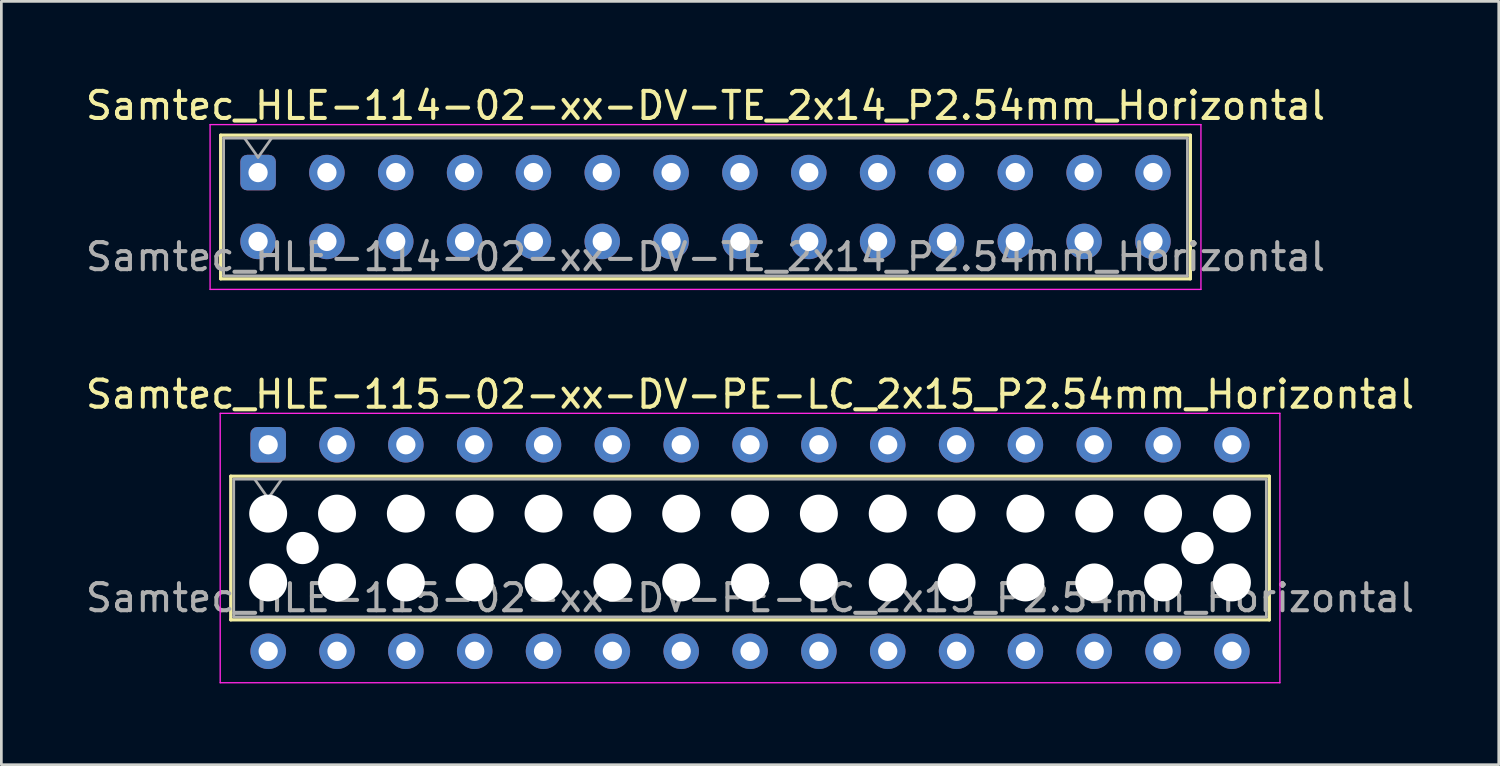
<source format=kicad_pcb>
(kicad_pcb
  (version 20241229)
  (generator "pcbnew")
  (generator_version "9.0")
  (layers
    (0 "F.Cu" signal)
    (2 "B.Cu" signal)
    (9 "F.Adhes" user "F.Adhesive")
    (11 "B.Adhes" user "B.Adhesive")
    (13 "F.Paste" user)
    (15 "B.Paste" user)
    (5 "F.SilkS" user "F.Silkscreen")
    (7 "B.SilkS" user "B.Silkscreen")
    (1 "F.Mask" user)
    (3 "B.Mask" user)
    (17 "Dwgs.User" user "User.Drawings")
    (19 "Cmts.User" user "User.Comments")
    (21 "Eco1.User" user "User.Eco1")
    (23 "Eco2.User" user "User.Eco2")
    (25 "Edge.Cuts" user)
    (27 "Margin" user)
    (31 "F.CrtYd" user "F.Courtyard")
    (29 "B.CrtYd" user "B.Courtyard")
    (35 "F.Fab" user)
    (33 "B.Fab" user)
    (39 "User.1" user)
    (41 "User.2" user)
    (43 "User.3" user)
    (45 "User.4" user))
  (footprint "Samtec_HLE-114-02-xx-DV-TE_2x14_P2.54mm_Horizontal"
    (layer "F.Cu")
    (at 6.472 3.318)
    (property "Reference" "Samtec_HLE-114-02-xx-DV-TE_2x14_P2.54mm_Horizontal" (at 16.51 -2.47 0) (layer "F.SilkS") (effects (font (size 1 1) (thickness 0.15))))
    (attr through_hole)
    (fp_line (start -1.38 -1.38) (end 34.4 -1.38) (stroke (width 0.12) (type solid)) (layer "F.SilkS"))
    (fp_line (start -1.38 3.92) (end -1.38 -1.38) (stroke (width 0.12) (type solid)) (layer "F.SilkS"))
    (fp_line (start 34.4 -1.38) (end 34.4 3.92) (stroke (width 0.12) (type solid)) (layer "F.SilkS"))
    (fp_line (start 34.4 3.92) (end -1.38 3.92) (stroke (width 0.12) (type solid)) (layer "F.SilkS"))
    (fp_line (start -1.77 -1.77) (end 34.79 -1.77) (stroke (width 0.05) (type solid)) (layer "F.CrtYd"))
    (fp_line (start -1.77 4.31) (end -1.77 -1.77) (stroke (width 0.05) (type solid)) (layer "F.CrtYd"))
    (fp_line (start 34.79 -1.77) (end 34.79 4.31) (stroke (width 0.05) (type solid)) (layer "F.CrtYd"))
    (fp_line (start 34.79 4.31) (end -1.77 4.31) (stroke (width 0.05) (type solid)) (layer "F.CrtYd"))
    (fp_line (start -1.27 -1.27) (end 34.29 -1.27) (stroke (width 0.1) (type solid)) (layer "F.Fab"))
    (fp_line (start -1.27 3.81) (end -1.27 -1.27) (stroke (width 0.1) (type solid)) (layer "F.Fab"))
    (fp_line (start -0.5 -1.27) (end 0 -0.563) (stroke (width 0.1) (type solid)) (layer "F.Fab"))
    (fp_line (start 0 -0.563) (end 0.5 -1.27) (stroke (width 0.1) (type solid)) (layer "F.Fab"))
    (fp_line (start 34.29 -1.27) (end 34.29 3.81) (stroke (width 0.1) (type solid)) (layer "F.Fab"))
    (fp_line (start 34.29 3.81) (end -1.27 3.81) (stroke (width 0.1) (type solid)) (layer "F.Fab"))
    (fp_text user "${REFERENCE}" (at 16.51 3.11 0) (layer "F.Fab") (effects (font (size 1 1) (thickness 0.15))))
    (pad "1" thru_hole roundrect (at 0 0) (size 1.31 1.31) (drill 0.71) (layers "*.Cu" "*.Mask") (roundrect_rratio 0.191))
    (pad "2" thru_hole circle (at 0 2.54) (size 1.31 1.31) (drill 0.71) (layers "*.Cu" "*.Mask"))
    (pad "3" thru_hole circle (at 2.54 0) (size 1.31 1.31) (drill 0.71) (layers "*.Cu" "*.Mask"))
    (pad "4" thru_hole circle (at 2.54 2.54) (size 1.31 1.31) (drill 0.71) (layers "*.Cu" "*.Mask"))
    (pad "5" thru_hole circle (at 5.08 0) (size 1.31 1.31) (drill 0.71) (layers "*.Cu" "*.Mask"))
    (pad "6" thru_hole circle (at 5.08 2.54) (size 1.31 1.31) (drill 0.71) (layers "*.Cu" "*.Mask"))
    (pad "7" thru_hole circle (at 7.62 0) (size 1.31 1.31) (drill 0.71) (layers "*.Cu" "*.Mask"))
    (pad "8" thru_hole circle (at 7.62 2.54) (size 1.31 1.31) (drill 0.71) (layers "*.Cu" "*.Mask"))
    (pad "9" thru_hole circle (at 10.16 0) (size 1.31 1.31) (drill 0.71) (layers "*.Cu" "*.Mask"))
    (pad "10" thru_hole circle (at 10.16 2.54) (size 1.31 1.31) (drill 0.71) (layers "*.Cu" "*.Mask"))
    (pad "11" thru_hole circle (at 12.7 0) (size 1.31 1.31) (drill 0.71) (layers "*.Cu" "*.Mask"))
    (pad "12" thru_hole circle (at 12.7 2.54) (size 1.31 1.31) (drill 0.71) (layers "*.Cu" "*.Mask"))
    (pad "13" thru_hole circle (at 15.24 0) (size 1.31 1.31) (drill 0.71) (layers "*.Cu" "*.Mask"))
    (pad "14" thru_hole circle (at 15.24 2.54) (size 1.31 1.31) (drill 0.71) (layers "*.Cu" "*.Mask"))
    (pad "15" thru_hole circle (at 17.78 0) (size 1.31 1.31) (drill 0.71) (layers "*.Cu" "*.Mask"))
    (pad "16" thru_hole circle (at 17.78 2.54) (size 1.31 1.31) (drill 0.71) (layers "*.Cu" "*.Mask"))
    (pad "17" thru_hole circle (at 20.32 0) (size 1.31 1.31) (drill 0.71) (layers "*.Cu" "*.Mask"))
    (pad "18" thru_hole circle (at 20.32 2.54) (size 1.31 1.31) (drill 0.71) (layers "*.Cu" "*.Mask"))
    (pad "19" thru_hole circle (at 22.86 0) (size 1.31 1.31) (drill 0.71) (layers "*.Cu" "*.Mask"))
    (pad "20" thru_hole circle (at 22.86 2.54) (size 1.31 1.31) (drill 0.71) (layers "*.Cu" "*.Mask"))
    (pad "21" thru_hole circle (at 25.4 0) (size 1.31 1.31) (drill 0.71) (layers "*.Cu" "*.Mask"))
    (pad "22" thru_hole circle (at 25.4 2.54) (size 1.31 1.31) (drill 0.71) (layers "*.Cu" "*.Mask"))
    (pad "23" thru_hole circle (at 27.94 0) (size 1.31 1.31) (drill 0.71) (layers "*.Cu" "*.Mask"))
    (pad "24" thru_hole circle (at 27.94 2.54) (size 1.31 1.31) (drill 0.71) (layers "*.Cu" "*.Mask"))
    (pad "25" thru_hole circle (at 30.48 0) (size 1.31 1.31) (drill 0.71) (layers "*.Cu" "*.Mask"))
    (pad "26" thru_hole circle (at 30.48 2.54) (size 1.31 1.31) (drill 0.71) (layers "*.Cu" "*.Mask"))
    (pad "27" thru_hole circle (at 33.02 0) (size 1.31 1.31) (drill 0.71) (layers "*.Cu" "*.Mask"))
    (pad "28" thru_hole circle (at 33.02 2.54) (size 1.31 1.31) (drill 0.71) (layers "*.Cu" "*.Mask")))
  (footprint "Samtec_HLE-115-02-xx-DV-PE-LC_2x15_P2.54mm_Horizontal"
    (layer "F.Cu")
    (at 6.845 13.361)
    (property "Reference" "Samtec_HLE-115-02-xx-DV-PE-LC_2x15_P2.54mm_Horizontal" (at 17.78 -1.86 0) (layer "F.SilkS") (effects (font (size 1 1) (thickness 0.15))))
    (attr through_hole)
    (fp_line (start -1.38 1.16) (end 36.94 1.16) (stroke (width 0.12) (type solid)) (layer "F.SilkS"))
    (fp_line (start -1.38 6.46) (end -1.38 1.16) (stroke (width 0.12) (type solid)) (layer "F.SilkS"))
    (fp_line (start 36.94 1.16) (end 36.94 6.46) (stroke (width 0.12) (type solid)) (layer "F.SilkS"))
    (fp_line (start 36.94 6.46) (end -1.38 6.46) (stroke (width 0.12) (type solid)) (layer "F.SilkS"))
    (fp_line (start -1.77 -1.16) (end 37.33 -1.16) (stroke (width 0.05) (type solid)) (layer "F.CrtYd"))
    (fp_line (start -1.77 8.78) (end -1.77 -1.16) (stroke (width 0.05) (type solid)) (layer "F.CrtYd"))
    (fp_line (start 37.33 -1.16) (end 37.33 8.78) (stroke (width 0.05) (type solid)) (layer "F.CrtYd"))
    (fp_line (start 37.33 8.78) (end -1.77 8.78) (stroke (width 0.05) (type solid)) (layer "F.CrtYd"))
    (fp_line (start -1.27 1.27) (end 36.83 1.27) (stroke (width 0.1) (type solid)) (layer "F.Fab"))
    (fp_line (start -1.27 6.35) (end -1.27 1.27) (stroke (width 0.1) (type solid)) (layer "F.Fab"))
    (fp_line (start -0.5 1.27) (end 0 1.977) (stroke (width 0.1) (type solid)) (layer "F.Fab"))
    (fp_line (start 0 1.977) (end 0.5 1.27) (stroke (width 0.1) (type solid)) (layer "F.Fab"))
    (fp_line (start 36.83 1.27) (end 36.83 6.35) (stroke (width 0.1) (type solid)) (layer "F.Fab"))
    (fp_line (start 36.83 6.35) (end -1.27 6.35) (stroke (width 0.1) (type solid)) (layer "F.Fab"))
    (fp_text user "${REFERENCE}" (at 17.78 5.65 0) (layer "F.Fab") (effects (font (size 1 1) (thickness 0.15))))
    (pad "" np_thru_hole circle (at 0 2.54) (size 1.4 1.4) (drill 1.4) (layers "*.Cu" "*.Mask"))
    (pad "" np_thru_hole circle (at 0 5.08) (size 1.4 1.4) (drill 1.4) (layers "*.Cu" "*.Mask"))
    (pad "" np_thru_hole circle (at 1.27 3.81) (size 1.19 1.19) (drill 1.19) (layers "*.Cu" "*.Mask"))
    (pad "" np_thru_hole circle (at 2.54 2.54) (size 1.4 1.4) (drill 1.4) (layers "*.Cu" "*.Mask"))
    (pad "" np_thru_hole circle (at 2.54 5.08) (size 1.4 1.4) (drill 1.4) (layers "*.Cu" "*.Mask"))
    (pad "" np_thru_hole circle (at 5.08 2.54) (size 1.4 1.4) (drill 1.4) (layers "*.Cu" "*.Mask"))
    (pad "" np_thru_hole circle (at 5.08 5.08) (size 1.4 1.4) (drill 1.4) (layers "*.Cu" "*.Mask"))
    (pad "" np_thru_hole circle (at 7.62 2.54) (size 1.4 1.4) (drill 1.4) (layers "*.Cu" "*.Mask"))
    (pad "" np_thru_hole circle (at 7.62 5.08) (size 1.4 1.4) (drill 1.4) (layers "*.Cu" "*.Mask"))
    (pad "" np_thru_hole circle (at 10.16 2.54) (size 1.4 1.4) (drill 1.4) (layers "*.Cu" "*.Mask"))
    (pad "" np_thru_hole circle (at 10.16 5.08) (size 1.4 1.4) (drill 1.4) (layers "*.Cu" "*.Mask"))
    (pad "" np_thru_hole circle (at 12.7 2.54) (size 1.4 1.4) (drill 1.4) (layers "*.Cu" "*.Mask"))
    (pad "" np_thru_hole circle (at 12.7 5.08) (size 1.4 1.4) (drill 1.4) (layers "*.Cu" "*.Mask"))
    (pad "" np_thru_hole circle (at 15.24 2.54) (size 1.4 1.4) (drill 1.4) (layers "*.Cu" "*.Mask"))
    (pad "" np_thru_hole circle (at 15.24 5.08) (size 1.4 1.4) (drill 1.4) (layers "*.Cu" "*.Mask"))
    (pad "" np_thru_hole circle (at 17.78 2.54) (size 1.4 1.4) (drill 1.4) (layers "*.Cu" "*.Mask"))
    (pad "" np_thru_hole circle (at 17.78 5.08) (size 1.4 1.4) (drill 1.4) (layers "*.Cu" "*.Mask"))
    (pad "" np_thru_hole circle (at 20.32 2.54) (size 1.4 1.4) (drill 1.4) (layers "*.Cu" "*.Mask"))
    (pad "" np_thru_hole circle (at 20.32 5.08) (size 1.4 1.4) (drill 1.4) (layers "*.Cu" "*.Mask"))
    (pad "" np_thru_hole circle (at 22.86 2.54) (size 1.4 1.4) (drill 1.4) (layers "*.Cu" "*.Mask"))
    (pad "" np_thru_hole circle (at 22.86 5.08) (size 1.4 1.4) (drill 1.4) (layers "*.Cu" "*.Mask"))
    (pad "" np_thru_hole circle (at 25.4 2.54) (size 1.4 1.4) (drill 1.4) (layers "*.Cu" "*.Mask"))
    (pad "" np_thru_hole circle (at 25.4 5.08) (size 1.4 1.4) (drill 1.4) (layers "*.Cu" "*.Mask"))
    (pad "" np_thru_hole circle (at 27.94 2.54) (size 1.4 1.4) (drill 1.4) (layers "*.Cu" "*.Mask"))
    (pad "" np_thru_hole circle (at 27.94 5.08) (size 1.4 1.4) (drill 1.4) (layers "*.Cu" "*.Mask"))
    (pad "" np_thru_hole circle (at 30.48 2.54) (size 1.4 1.4) (drill 1.4) (layers "*.Cu" "*.Mask"))
    (pad "" np_thru_hole circle (at 30.48 5.08) (size 1.4 1.4) (drill 1.4) (layers "*.Cu" "*.Mask"))
    (pad "" np_thru_hole circle (at 33.02 2.54) (size 1.4 1.4) (drill 1.4) (layers "*.Cu" "*.Mask"))
    (pad "" np_thru_hole circle (at 33.02 5.08) (size 1.4 1.4) (drill 1.4) (layers "*.Cu" "*.Mask"))
    (pad "" np_thru_hole circle (at 34.29 3.81) (size 1.19 1.19) (drill 1.19) (layers "*.Cu" "*.Mask"))
    (pad "" np_thru_hole circle (at 35.56 2.54) (size 1.4 1.4) (drill 1.4) (layers "*.Cu" "*.Mask"))
    (pad "" np_thru_hole circle (at 35.56 5.08) (size 1.4 1.4) (drill 1.4) (layers "*.Cu" "*.Mask"))
    (pad "1" thru_hole roundrect (at 0 0) (size 1.31 1.31) (drill 0.71) (layers "*.Cu" "*.Mask") (roundrect_rratio 0.191))
    (pad "2" thru_hole circle (at 0 7.62) (size 1.31 1.31) (drill 0.71) (layers "*.Cu" "*.Mask"))
    (pad "3" thru_hole circle (at 2.54 0) (size 1.31 1.31) (drill 0.71) (layers "*.Cu" "*.Mask"))
    (pad "4" thru_hole circle (at 2.54 7.62) (size 1.31 1.31) (drill 0.71) (layers "*.Cu" "*.Mask"))
    (pad "5" thru_hole circle (at 5.08 0) (size 1.31 1.31) (drill 0.71) (layers "*.Cu" "*.Mask"))
    (pad "6" thru_hole circle (at 5.08 7.62) (size 1.31 1.31) (drill 0.71) (layers "*.Cu" "*.Mask"))
    (pad "7" thru_hole circle (at 7.62 0) (size 1.31 1.31) (drill 0.71) (layers "*.Cu" "*.Mask"))
    (pad "8" thru_hole circle (at 7.62 7.62) (size 1.31 1.31) (drill 0.71) (layers "*.Cu" "*.Mask"))
    (pad "9" thru_hole circle (at 10.16 0) (size 1.31 1.31) (drill 0.71) (layers "*.Cu" "*.Mask"))
    (pad "10" thru_hole circle (at 10.16 7.62) (size 1.31 1.31) (drill 0.71) (layers "*.Cu" "*.Mask"))
    (pad "11" thru_hole circle (at 12.7 0) (size 1.31 1.31) (drill 0.71) (layers "*.Cu" "*.Mask"))
    (pad "12" thru_hole circle (at 12.7 7.62) (size 1.31 1.31) (drill 0.71) (layers "*.Cu" "*.Mask"))
    (pad "13" thru_hole circle (at 15.24 0) (size 1.31 1.31) (drill 0.71) (layers "*.Cu" "*.Mask"))
    (pad "14" thru_hole circle (at 15.24 7.62) (size 1.31 1.31) (drill 0.71) (layers "*.Cu" "*.Mask"))
    (pad "15" thru_hole circle (at 17.78 0) (size 1.31 1.31) (drill 0.71) (layers "*.Cu" "*.Mask"))
    (pad "16" thru_hole circle (at 17.78 7.62) (size 1.31 1.31) (drill 0.71) (layers "*.Cu" "*.Mask"))
    (pad "17" thru_hole circle (at 20.32 0) (size 1.31 1.31) (drill 0.71) (layers "*.Cu" "*.Mask"))
    (pad "18" thru_hole circle (at 20.32 7.62) (size 1.31 1.31) (drill 0.71) (layers "*.Cu" "*.Mask"))
    (pad "19" thru_hole circle (at 22.86 0) (size 1.31 1.31) (drill 0.71) (layers "*.Cu" "*.Mask"))
    (pad "20" thru_hole circle (at 22.86 7.62) (size 1.31 1.31) (drill 0.71) (layers "*.Cu" "*.Mask"))
    (pad "21" thru_hole circle (at 25.4 0) (size 1.31 1.31) (drill 0.71) (layers "*.Cu" "*.Mask"))
    (pad "22" thru_hole circle (at 25.4 7.62) (size 1.31 1.31) (drill 0.71) (layers "*.Cu" "*.Mask"))
    (pad "23" thru_hole circle (at 27.94 0) (size 1.31 1.31) (drill 0.71) (layers "*.Cu" "*.Mask"))
    (pad "24" thru_hole circle (at 27.94 7.62) (size 1.31 1.31) (drill 0.71) (layers "*.Cu" "*.Mask"))
    (pad "25" thru_hole circle (at 30.48 0) (size 1.31 1.31) (drill 0.71) (layers "*.Cu" "*.Mask"))
    (pad "26" thru_hole circle (at 30.48 7.62) (size 1.31 1.31) (drill 0.71) (layers "*.Cu" "*.Mask"))
    (pad "27" thru_hole circle (at 33.02 0) (size 1.31 1.31) (drill 0.71) (layers "*.Cu" "*.Mask"))
    (pad "28" thru_hole circle (at 33.02 7.62) (size 1.31 1.31) (drill 0.71) (layers "*.Cu" "*.Mask"))
    (pad "29" thru_hole circle (at 35.56 0) (size 1.31 1.31) (drill 0.71) (layers "*.Cu" "*.Mask"))
    (pad "30" thru_hole circle (at 35.56 7.62) (size 1.31 1.31) (drill 0.71) (layers "*.Cu" "*.Mask")))
  (gr_rect
    (start -3 -3)
    (end 52.25 25.166)
    (stroke (width 0.1) (type default))
    (fill no)
    (layer "Edge.Cuts")))
</source>
